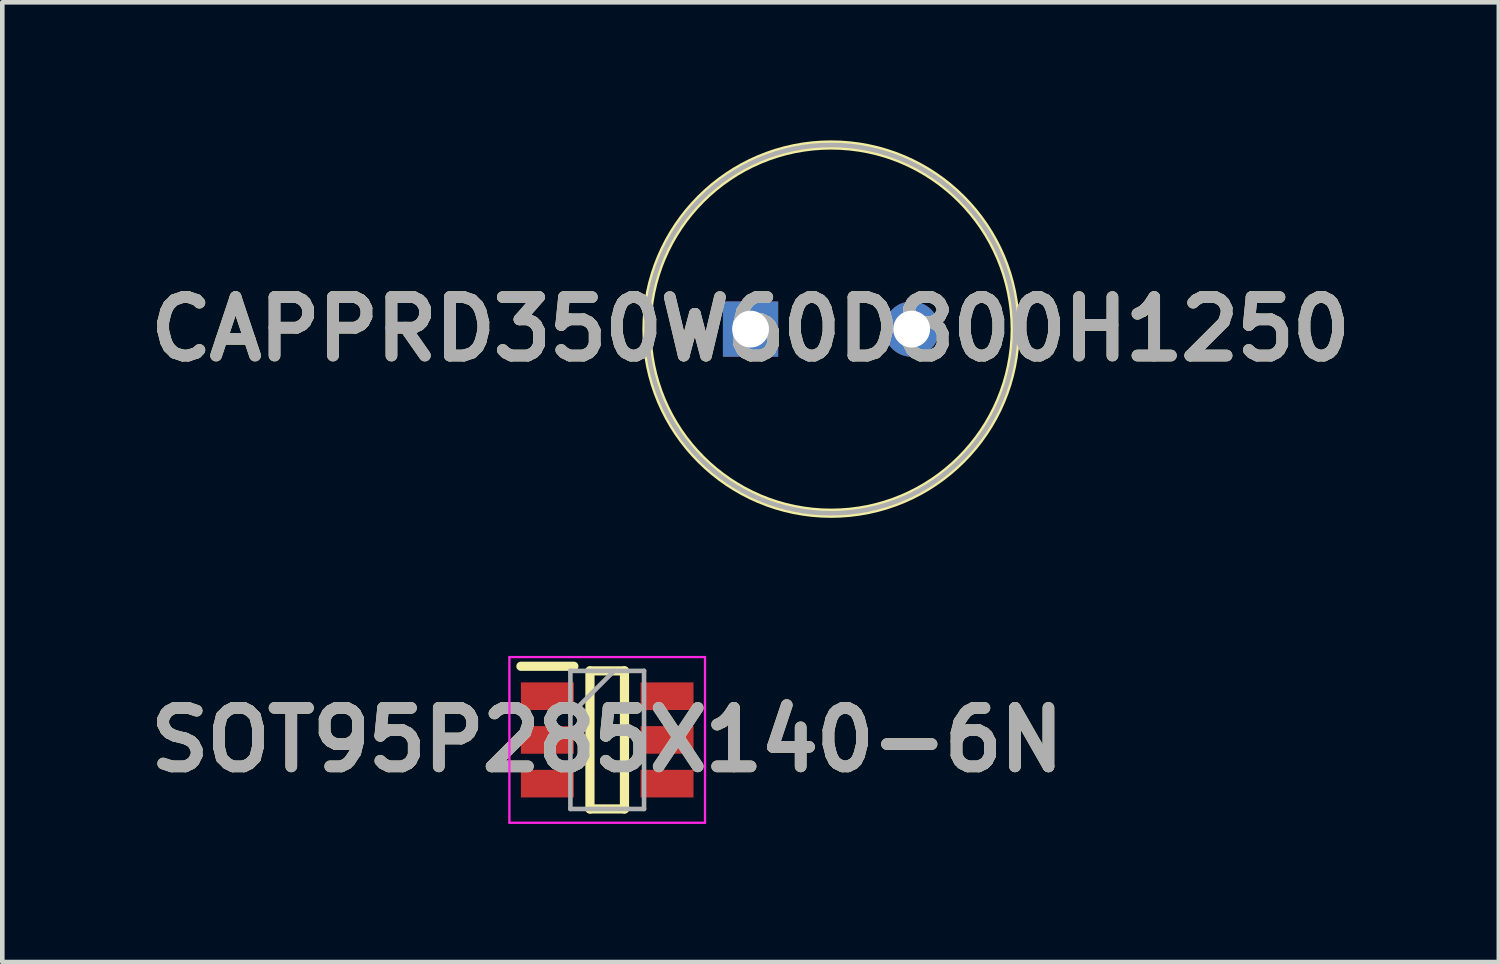
<source format=kicad_pcb>
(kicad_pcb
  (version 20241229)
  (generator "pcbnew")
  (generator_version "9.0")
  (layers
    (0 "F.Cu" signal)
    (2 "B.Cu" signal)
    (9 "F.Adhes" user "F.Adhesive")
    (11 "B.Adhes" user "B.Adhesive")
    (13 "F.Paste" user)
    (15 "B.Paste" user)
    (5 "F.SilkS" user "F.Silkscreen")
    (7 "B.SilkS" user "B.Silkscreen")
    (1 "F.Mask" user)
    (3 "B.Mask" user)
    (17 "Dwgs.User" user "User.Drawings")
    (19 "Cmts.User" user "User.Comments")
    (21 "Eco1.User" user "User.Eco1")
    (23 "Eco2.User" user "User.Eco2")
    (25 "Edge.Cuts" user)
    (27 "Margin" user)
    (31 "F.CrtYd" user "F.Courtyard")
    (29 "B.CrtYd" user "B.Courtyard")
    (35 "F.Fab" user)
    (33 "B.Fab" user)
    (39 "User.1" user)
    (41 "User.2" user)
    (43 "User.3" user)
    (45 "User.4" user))
  (footprint "SOT95P285X140-6N"
    (layer "F.Cu")
    (at 10.142 13.025)
    (property "Reference" "SOT95P285X140-6N" (at 0 0 0) (layer "F.SilkS") (effects (font (size 1.27 1.27) (thickness 0.254))))
    (attr smd)
    (fp_line (start -1.875 -1.6) (end -0.725 -1.6) (stroke (width 0.2) (type solid)) (layer "F.SilkS"))
    (fp_line (start -0.375 -1.5) (end 0.375 -1.5) (stroke (width 0.2) (type solid)) (layer "F.SilkS"))
    (fp_line (start -0.375 1.5) (end -0.375 -1.5) (stroke (width 0.2) (type solid)) (layer "F.SilkS"))
    (fp_line (start 0.375 -1.5) (end 0.375 1.5) (stroke (width 0.2) (type solid)) (layer "F.SilkS"))
    (fp_line (start 0.375 1.5) (end -0.375 1.5) (stroke (width 0.2) (type solid)) (layer "F.SilkS"))
    (fp_line (start -2.125 -1.8) (end 2.125 -1.8) (stroke (width 0.05) (type solid)) (layer "F.CrtYd"))
    (fp_line (start -2.125 1.8) (end -2.125 -1.8) (stroke (width 0.05) (type solid)) (layer "F.CrtYd"))
    (fp_line (start 2.125 -1.8) (end 2.125 1.8) (stroke (width 0.05) (type solid)) (layer "F.CrtYd"))
    (fp_line (start 2.125 1.8) (end -2.125 1.8) (stroke (width 0.05) (type solid)) (layer "F.CrtYd"))
    (fp_line (start -0.8 -1.5) (end 0.8 -1.5) (stroke (width 0.1) (type solid)) (layer "F.Fab"))
    (fp_line (start -0.8 -0.55) (end 0.15 -1.5) (stroke (width 0.1) (type solid)) (layer "F.Fab"))
    (fp_line (start -0.8 1.5) (end -0.8 -1.5) (stroke (width 0.1) (type solid)) (layer "F.Fab"))
    (fp_line (start 0.8 -1.5) (end 0.8 1.5) (stroke (width 0.1) (type solid)) (layer "F.Fab"))
    (fp_line (start 0.8 1.5) (end -0.8 1.5) (stroke (width 0.1) (type solid)) (layer "F.Fab"))
    (fp_text user "${REFERENCE}" (at 0 0 0) (layer "F.Fab") (effects (font (size 1.27 1.27) (thickness 0.254))))
    (pad "1" smd rect (at -1.3 -0.95 90) (size 0.6 1.15) (layers "F.Cu" "F.Mask" "F.Paste"))
    (pad "2" smd rect (at -1.3 0 90) (size 0.6 1.15) (layers "F.Cu" "F.Mask" "F.Paste"))
    (pad "3" smd rect (at -1.3 0.95 90) (size 0.6 1.15) (layers "F.Cu" "F.Mask" "F.Paste"))
    (pad "4" smd rect (at 1.3 0.95 90) (size 0.6 1.15) (layers "F.Cu" "F.Mask" "F.Paste"))
    (pad "5" smd rect (at 1.3 0 90) (size 0.6 1.15) (layers "F.Cu" "F.Mask" "F.Paste"))
    (pad "6" smd rect (at 1.3 -0.95 90) (size 0.6 1.15) (layers "F.Cu" "F.Mask" "F.Paste")))
  (footprint "CAPPRD350W60D800H1250"
    (layer "F.Cu")
    (at 13.256 4.1)
    (property "Reference" "CAPPRD350W60D800H1250" (at 0 0 0) (layer "F.SilkS") (effects (font (size 1.27 1.27) (thickness 0.254))))
    (attr through_hole)
    (fp_circle (center 1.75 0) (end 1.75 4) (stroke (width 0.2) (type solid)) (fill no) (layer "F.SilkS"))
    (fp_circle (center 1.75 0) (end 1.75 4) (stroke (width 0.1) (type solid)) (fill no) (layer "F.Fab"))
    (fp_text user "${REFERENCE}" (at 0 0 0) (layer "F.Fab") (effects (font (size 1.27 1.27) (thickness 0.254))))
    (pad "1" thru_hole rect (at 0 0) (size 1.2 1.2) (drill 0.8) (layers "*.Cu" "*.Mask"))
    (pad "2" thru_hole circle (at 3.5 0) (size 1.2 1.2) (drill 0.8) (layers "*.Cu" "*.Mask")))
  (gr_rect
    (start -3 -3)
    (end 29.513 17.85)
    (stroke (width 0.1) (type default))
    (fill no)
    (layer "Edge.Cuts")))
</source>
